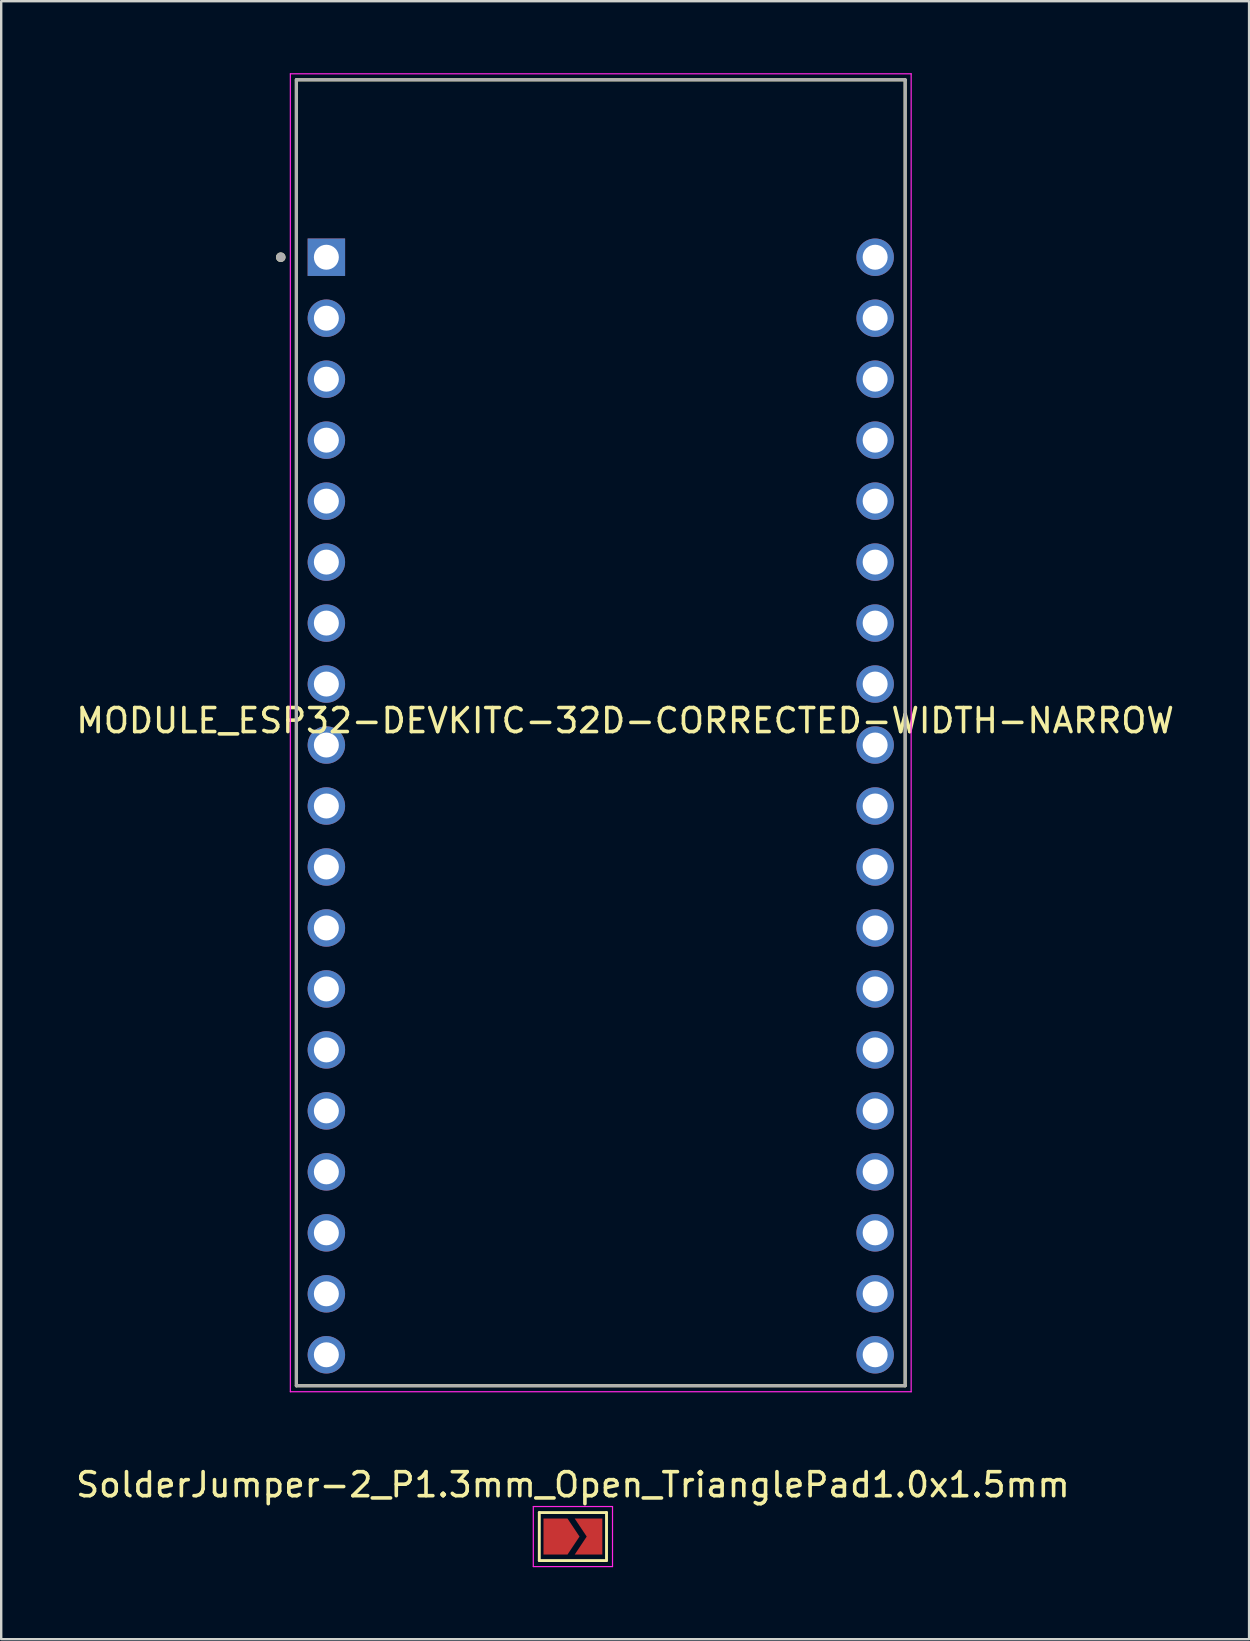
<source format=kicad_pcb>
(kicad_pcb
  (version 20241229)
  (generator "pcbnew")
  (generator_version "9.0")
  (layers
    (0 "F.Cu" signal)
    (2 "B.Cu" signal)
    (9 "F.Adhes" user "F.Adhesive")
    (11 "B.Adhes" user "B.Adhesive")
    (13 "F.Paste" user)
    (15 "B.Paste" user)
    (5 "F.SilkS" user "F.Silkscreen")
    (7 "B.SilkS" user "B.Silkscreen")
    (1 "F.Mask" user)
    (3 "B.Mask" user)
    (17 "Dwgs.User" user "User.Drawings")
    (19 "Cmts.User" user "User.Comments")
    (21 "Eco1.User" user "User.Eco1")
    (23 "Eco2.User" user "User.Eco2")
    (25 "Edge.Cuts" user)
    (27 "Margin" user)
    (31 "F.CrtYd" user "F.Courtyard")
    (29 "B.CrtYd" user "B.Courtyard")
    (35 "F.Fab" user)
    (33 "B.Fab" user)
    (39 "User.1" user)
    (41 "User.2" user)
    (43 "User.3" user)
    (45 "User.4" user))
  (footprint "SolderJumper-2_P1.3mm_Open_TrianglePad1.0x1.5mm"
    (layer "F.Cu")
    (at 20.815 60.957)
    (property "Reference" "SolderJumper-2_P1.3mm_Open_TrianglePad1.0x1.5mm" (at 0 -2.159 0) (layer "F.SilkS") (effects (font (size 1 1) (thickness 0.15))))
    (attr exclude_from_pos_files)
    (fp_line (start -1.4 -1) (end 1.4 -1) (stroke (width 0.12) (type solid)) (layer "F.SilkS"))
    (fp_line (start -1.4 1) (end -1.4 -1) (stroke (width 0.12) (type solid)) (layer "F.SilkS"))
    (fp_line (start 1.4 -1) (end 1.4 1) (stroke (width 0.12) (type solid)) (layer "F.SilkS"))
    (fp_line (start 1.4 1) (end -1.4 1) (stroke (width 0.12) (type solid)) (layer "F.SilkS"))
    (fp_line (start -1.65 -1.25) (end -1.65 1.25) (stroke (width 0.05) (type solid)) (layer "F.CrtYd"))
    (fp_line (start -1.65 -1.25) (end 1.65 -1.25) (stroke (width 0.05) (type solid)) (layer "F.CrtYd"))
    (fp_line (start 1.65 1.25) (end -1.65 1.25) (stroke (width 0.05) (type solid)) (layer "F.CrtYd"))
    (fp_line (start 1.65 1.25) (end 1.65 -1.25) (stroke (width 0.05) (type solid)) (layer "F.CrtYd"))
    (pad "1" smd custom (at -0.725 0) (size 0.3 0.3) (layers "F.Cu" "F.Mask") (options (anchor rect)) (primitives (gr_poly (pts (xy 1 0) (xy 0.5 0.75) (xy -0.5 0.75) (xy -0.5 -0.75) (xy 0.5 -0.75)) (width 0) (fill yes))))
    (pad "2" smd custom (at 0.725 0) (size 0.3 0.3) (layers "F.Cu" "F.Mask") (options (anchor rect)) (primitives (gr_poly (pts (xy 0.5 0.75) (xy -0.65 0.75) (xy -0.15 0) (xy -0.65 -0.75) (xy 0.5 -0.75)) (width 0) (fill yes)))))
  (footprint "MODULE_ESP32-DEVKITC-32D-CORRECTED-WIDTH-NARROW"
    (layer "F.Cu")
    (at 23.245 27.425)
    (property "Reference" "MODULE_ESP32-DEVKITC-32D-CORRECTED-WIDTH-NARROW" (at -0.254 -0.456 180) (layer "F.SilkS") (effects (font (size 1 1) (thickness 0.15))))
    (attr through_hole)
    (fp_line (start -13.95 -27.15) (end 11.41 -27.15) (stroke (width 0.127) (type solid)) (layer "F.SilkS"))
    (fp_line (start -13.95 27.25) (end -13.95 -27.15) (stroke (width 0.127) (type solid)) (layer "F.SilkS"))
    (fp_line (start 11.41 -27.15) (end 11.41 27.25) (stroke (width 0.127) (type solid)) (layer "F.SilkS"))
    (fp_line (start 11.41 27.25) (end -13.95 27.25) (stroke (width 0.127) (type solid)) (layer "F.SilkS"))
    (fp_circle (center -14.6 -19.76) (end -14.5 -19.76) (stroke (width 0.2) (type solid)) (fill no) (layer "F.SilkS"))
    (fp_line (start -14.2 -27.4) (end 11.66 -27.4) (stroke (width 0.05) (type solid)) (layer "F.CrtYd"))
    (fp_line (start -14.2 27.5) (end -14.2 -27.4) (stroke (width 0.05) (type solid)) (layer "F.CrtYd"))
    (fp_line (start 11.66 -27.4) (end 11.66 27.5) (stroke (width 0.05) (type solid)) (layer "F.CrtYd"))
    (fp_line (start 11.66 27.5) (end -14.2 27.5) (stroke (width 0.05) (type solid)) (layer "F.CrtYd"))
    (fp_line (start -13.95 -27.15) (end 11.41 -27.15) (stroke (width 0.127) (type solid)) (layer "F.Fab"))
    (fp_line (start -13.95 27.25) (end -13.95 -27.15) (stroke (width 0.127) (type solid)) (layer "F.Fab"))
    (fp_line (start 11.41 -27.15) (end 11.41 27.25) (stroke (width 0.127) (type solid)) (layer "F.Fab"))
    (fp_line (start 11.41 27.25) (end -13.95 27.25) (stroke (width 0.127) (type solid)) (layer "F.Fab"))
    (fp_circle (center -14.6 -19.76) (end -14.5 -19.76) (stroke (width 0.2) (type solid)) (fill no) (layer "F.Fab"))
    (pad "J2-1" thru_hole rect (at -12.7 -19.76) (size 1.56 1.56) (drill 1.04) (layers "*.Cu" "*.Mask"))
    (pad "J2-2" thru_hole circle (at -12.7 -17.22) (size 1.56 1.56) (drill 1.04) (layers "*.Cu" "*.Mask"))
    (pad "J2-3" thru_hole circle (at -12.7 -14.68) (size 1.56 1.56) (drill 1.04) (layers "*.Cu" "*.Mask"))
    (pad "J2-4" thru_hole circle (at -12.7 -12.14) (size 1.56 1.56) (drill 1.04) (layers "*.Cu" "*.Mask"))
    (pad "J2-5" thru_hole circle (at -12.7 -9.6) (size 1.56 1.56) (drill 1.04) (layers "*.Cu" "*.Mask"))
    (pad "J2-6" thru_hole circle (at -12.7 -7.06) (size 1.56 1.56) (drill 1.04) (layers "*.Cu" "*.Mask"))
    (pad "J2-7" thru_hole circle (at -12.7 -4.52) (size 1.56 1.56) (drill 1.04) (layers "*.Cu" "*.Mask"))
    (pad "J2-8" thru_hole circle (at -12.7 -1.98) (size 1.56 1.56) (drill 1.04) (layers "*.Cu" "*.Mask"))
    (pad "J2-9" thru_hole circle (at -12.7 0.56) (size 1.56 1.56) (drill 1.04) (layers "*.Cu" "*.Mask"))
    (pad "J2-10" thru_hole circle (at -12.7 3.1) (size 1.56 1.56) (drill 1.04) (layers "*.Cu" "*.Mask"))
    (pad "J2-11" thru_hole circle (at -12.7 5.64) (size 1.56 1.56) (drill 1.04) (layers "*.Cu" "*.Mask"))
    (pad "J2-12" thru_hole circle (at -12.7 8.18) (size 1.56 1.56) (drill 1.04) (layers "*.Cu" "*.Mask"))
    (pad "J2-13" thru_hole circle (at -12.7 10.72) (size 1.56 1.56) (drill 1.04) (layers "*.Cu" "*.Mask"))
    (pad "J2-14" thru_hole circle (at -12.7 13.26) (size 1.56 1.56) (drill 1.04) (layers "*.Cu" "*.Mask"))
    (pad "J2-15" thru_hole circle (at -12.7 15.8) (size 1.56 1.56) (drill 1.04) (layers "*.Cu" "*.Mask"))
    (pad "J2-16" thru_hole circle (at -12.7 18.34) (size 1.56 1.56) (drill 1.04) (layers "*.Cu" "*.Mask"))
    (pad "J2-17" thru_hole circle (at -12.7 20.88) (size 1.56 1.56) (drill 1.04) (layers "*.Cu" "*.Mask"))
    (pad "J2-18" thru_hole circle (at -12.7 23.42) (size 1.56 1.56) (drill 1.04) (layers "*.Cu" "*.Mask"))
    (pad "J2-19" thru_hole circle (at -12.7 25.96) (size 1.56 1.56) (drill 1.04) (layers "*.Cu" "*.Mask"))
    (pad "J3-1" thru_hole circle (at 10.16 -19.76) (size 1.56 1.56) (drill 1.04) (layers "*.Cu" "*.Mask"))
    (pad "J3-2" thru_hole circle (at 10.16 -17.22) (size 1.56 1.56) (drill 1.04) (layers "*.Cu" "*.Mask"))
    (pad "J3-3" thru_hole circle (at 10.16 -14.68) (size 1.56 1.56) (drill 1.04) (layers "*.Cu" "*.Mask"))
    (pad "J3-4" thru_hole circle (at 10.16 -12.14) (size 1.56 1.56) (drill 1.04) (layers "*.Cu" "*.Mask"))
    (pad "J3-5" thru_hole circle (at 10.16 -9.6) (size 1.56 1.56) (drill 1.04) (layers "*.Cu" "*.Mask"))
    (pad "J3-6" thru_hole circle (at 10.16 -7.06) (size 1.56 1.56) (drill 1.04) (layers "*.Cu" "*.Mask"))
    (pad "J3-7" thru_hole circle (at 10.16 -4.52) (size 1.56 1.56) (drill 1.04) (layers "*.Cu" "*.Mask"))
    (pad "J3-8" thru_hole circle (at 10.16 -1.98) (size 1.56 1.56) (drill 1.04) (layers "*.Cu" "*.Mask"))
    (pad "J3-9" thru_hole circle (at 10.16 0.56) (size 1.56 1.56) (drill 1.04) (layers "*.Cu" "*.Mask"))
    (pad "J3-10" thru_hole circle (at 10.16 3.1) (size 1.56 1.56) (drill 1.04) (layers "*.Cu" "*.Mask"))
    (pad "J3-11" thru_hole circle (at 10.16 5.64) (size 1.56 1.56) (drill 1.04) (layers "*.Cu" "*.Mask"))
    (pad "J3-12" thru_hole circle (at 10.16 8.18) (size 1.56 1.56) (drill 1.04) (layers "*.Cu" "*.Mask"))
    (pad "J3-13" thru_hole circle (at 10.16 10.72) (size 1.56 1.56) (drill 1.04) (layers "*.Cu" "*.Mask"))
    (pad "J3-14" thru_hole circle (at 10.16 13.26) (size 1.56 1.56) (drill 1.04) (layers "*.Cu" "*.Mask"))
    (pad "J3-15" thru_hole circle (at 10.16 15.8) (size 1.56 1.56) (drill 1.04) (layers "*.Cu" "*.Mask"))
    (pad "J3-16" thru_hole circle (at 10.16 18.34) (size 1.56 1.56) (drill 1.04) (layers "*.Cu" "*.Mask"))
    (pad "J3-17" thru_hole circle (at 10.16 20.88) (size 1.56 1.56) (drill 1.04) (layers "*.Cu" "*.Mask"))
    (pad "J3-18" thru_hole circle (at 10.16 23.42) (size 1.56 1.56) (drill 1.04) (layers "*.Cu" "*.Mask"))
    (pad "J3-19" thru_hole circle (at 10.16 25.96) (size 1.56 1.56) (drill 1.04) (layers "*.Cu" "*.Mask")))
  (gr_rect
    (start -3 -3)
    (end 48.982 65.232)
    (stroke (width 0.1) (type default))
    (fill no)
    (layer "Edge.Cuts")))
</source>
